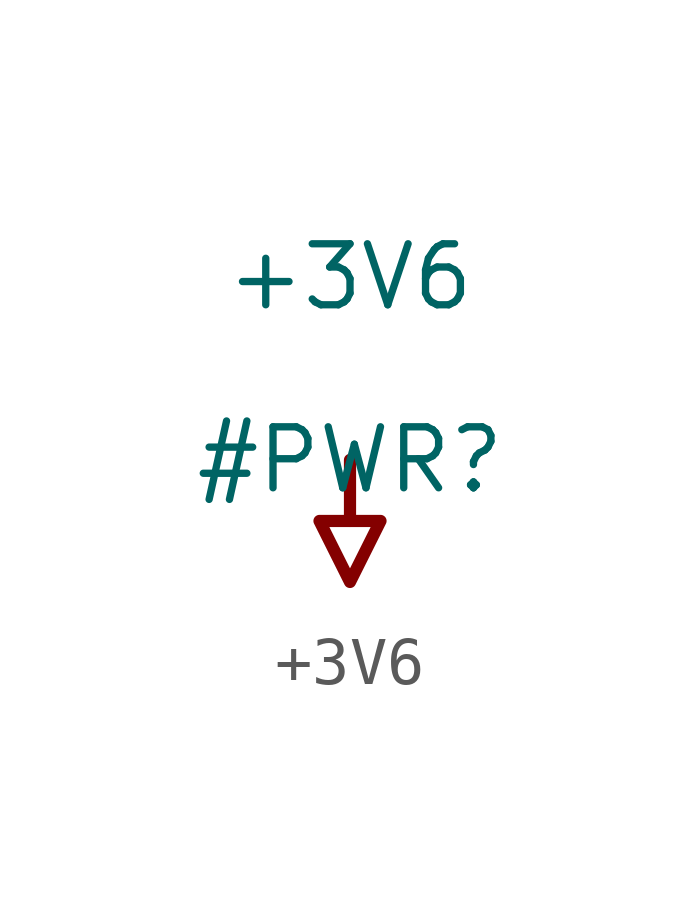
<source format=kicad_sym>
(kicad_symbol_lib
  (version 20220914)
  (generator kicad_symbol_editor)
  (symbol "+3V6"
    (power)
    (property "Reference" "#PWR"
      (at 0 0 0)
      (effects (font (size 1.27 1.27))))
    (property "Value" "+3V6"
      (at 0 3.81 0)
      (effects (font (size 1.27 1.27))))
    (symbol "+3V6_0_0"
      (polyline (pts (xy 0 0) (xy 0 -1.27)) (stroke (width 0.254) (type solid)) (fill (type none)))
      (polyline (pts (xy -0.635 -1.27) (xy 0.635 -1.27) (xy 0 -2.54) (xy -0.635 -1.27)) (stroke (width 0.254) (type solid)) (fill (type none)))
      (pin power_in line (at 0 0 0) (length 0) hide (name "+3V6" (effects (font (size 1.27 1.27)))) (number "" (effects (font (size 1.27 1.27))))))))
</source>
